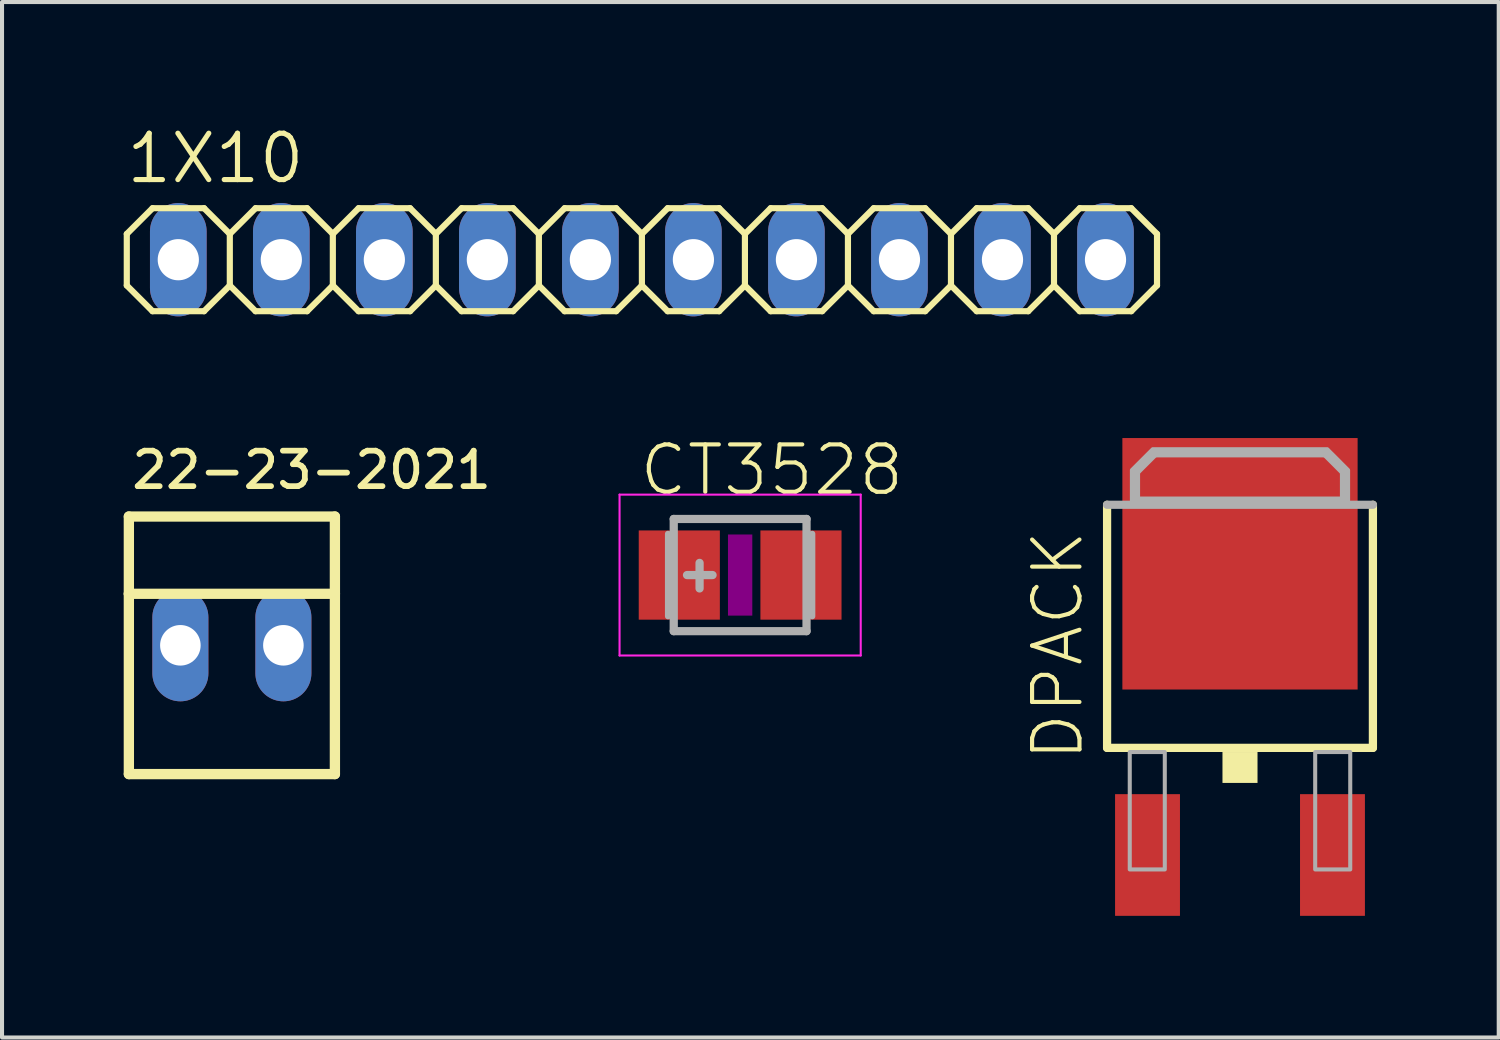
<source format=kicad_pcb>
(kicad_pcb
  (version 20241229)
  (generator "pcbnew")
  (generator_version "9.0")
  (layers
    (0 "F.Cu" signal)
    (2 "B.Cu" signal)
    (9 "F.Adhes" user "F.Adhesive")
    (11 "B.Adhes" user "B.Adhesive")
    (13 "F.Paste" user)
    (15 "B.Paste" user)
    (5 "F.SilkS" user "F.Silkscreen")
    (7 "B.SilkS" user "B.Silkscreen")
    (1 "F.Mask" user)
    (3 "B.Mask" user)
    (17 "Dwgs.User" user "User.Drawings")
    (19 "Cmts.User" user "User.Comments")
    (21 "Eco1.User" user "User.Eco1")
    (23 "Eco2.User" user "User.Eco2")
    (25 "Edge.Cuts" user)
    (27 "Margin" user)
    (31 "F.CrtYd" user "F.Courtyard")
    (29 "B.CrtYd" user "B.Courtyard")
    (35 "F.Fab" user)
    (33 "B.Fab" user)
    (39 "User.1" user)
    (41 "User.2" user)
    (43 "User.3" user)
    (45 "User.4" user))
  (footprint "DPACK"
    (layer "F.Cu")
    (at 27.522 13.23)
    (property "Reference" "DPACK" (at -3.81 2.54 90) (layer "F.SilkS") (effects (font (size 1.168 1.168) (thickness 0.102)) (justify left bottom)))
    (fp_line (start -3.277 2.159) (end -3.277 -3.835) (stroke (width 0.203) (type solid)) (layer "F.SilkS"))
    (fp_line (start 3.277 -3.835) (end 3.277 2.159) (stroke (width 0.203) (type solid)) (layer "F.SilkS"))
    (fp_line (start 3.277 2.159) (end -3.277 2.159) (stroke (width 0.203) (type solid)) (layer "F.SilkS"))
    (fp_poly (pts (xy -0.432 3.023) (xy 0.432 3.023) (xy 0.432 2.261) (xy -0.432 2.261)) (stroke (width 0) (type default)) (fill yes) (layer "F.SilkS"))
    (fp_line (start -3.277 -3.835) (end 3.277 -3.835) (stroke (width 0.203) (type solid)) (layer "F.Fab"))
    (fp_line (start -2.565 -4.648) (end -2.108 -5.105) (stroke (width 0.203) (type solid)) (layer "F.Fab"))
    (fp_line (start -2.565 -3.937) (end -2.565 -4.648) (stroke (width 0.203) (type solid)) (layer "F.Fab"))
    (fp_line (start -2.108 -5.105) (end 2.108 -5.105) (stroke (width 0.203) (type solid)) (layer "F.Fab"))
    (fp_line (start 2.108 -5.105) (end 2.565 -4.648) (stroke (width 0.203) (type solid)) (layer "F.Fab"))
    (fp_line (start 2.565 -4.648) (end 2.565 -3.937) (stroke (width 0.203) (type solid)) (layer "F.Fab"))
    (fp_line (start 2.565 -3.937) (end -2.565 -3.937) (stroke (width 0.203) (type solid)) (layer "F.Fab"))
    (fp_poly (pts (xy -2.718 5.156) (xy -1.854 5.156) (xy -1.854 2.261) (xy -2.718 2.261)) (stroke (width 0.1) (type default)) (fill no) (layer "F.Fab"))
    (fp_poly (pts (xy 1.854 5.156) (xy 2.718 5.156) (xy 2.718 2.261) (xy 1.854 2.261)) (stroke (width 0.1) (type default)) (fill no) (layer "F.Fab"))
    (fp_poly (pts (xy 2.665 -4.69) (xy 2.665 -3.837) (xy -2.665 -3.837) (xy -2.665 -4.69) (xy -2.15 -5.205) (xy 2.15 -5.205)) (stroke (width 0.1) (type default)) (fill no) (layer "F.Fab"))
    (pad "1" smd rect (at -2.28 4.8) (size 1.6 3) (layers "F.Cu" "F.Mask" "F.Paste"))
    (pad "3" smd rect (at 2.28 4.8) (size 1.6 3) (layers "F.Cu" "F.Mask" "F.Paste"))
    (pad "4" smd rect (at 0 -2.38) (size 5.8 6.2) (layers "F.Cu" "F.Mask" "F.Paste")))
  (footprint "CT3528"
    (layer "F.Cu")
    (at 15.198 11.128)
    (property "Reference" "CT3528" (at -2.54 -1.905 0) (layer "F.SilkS") (effects (font (size 1.168 1.168) (thickness 0.102)) (justify left bottom)))
    (fp_poly (pts (xy -0.3 1) (xy 0.3 1) (xy 0.3 -1) (xy -0.3 -1)) (stroke (width 0) (type default)) (fill yes) (layer "F.Adhes"))
    (fp_line (start -2.973 -1.983) (end 2.973 -1.983) (stroke (width 0.051) (type solid)) (layer "F.CrtYd"))
    (fp_line (start -2.973 1.983) (end -2.973 -1.983) (stroke (width 0.051) (type solid)) (layer "F.CrtYd"))
    (fp_line (start 2.973 -1.983) (end 2.973 1.983) (stroke (width 0.051) (type solid)) (layer "F.CrtYd"))
    (fp_line (start 2.973 1.983) (end -2.973 1.983) (stroke (width 0.051) (type solid)) (layer "F.CrtYd"))
    (fp_line (start -1.778 -1.016) (end -1.778 1.016) (stroke (width 0.152) (type solid)) (layer "F.Fab"))
    (fp_line (start -1.637 1.383) (end -1.637 -1.383) (stroke (width 0.203) (type solid)) (layer "F.Fab"))
    (fp_line (start -1 -0.3) (end -1 0.33) (stroke (width 0.203) (type solid)) (layer "F.Fab"))
    (fp_line (start -0.68 0) (end -1.31 0) (stroke (width 0.203) (type solid)) (layer "F.Fab"))
    (fp_line (start 1.637 -1.383) (end -1.637 -1.383) (stroke (width 0.203) (type solid)) (layer "F.Fab"))
    (fp_line (start 1.637 1.383) (end -1.637 1.383) (stroke (width 0.203) (type solid)) (layer "F.Fab"))
    (fp_line (start 1.637 1.383) (end 1.637 -1.383) (stroke (width 0.203) (type solid)) (layer "F.Fab"))
    (fp_line (start 1.778 -1.016) (end 1.778 1.016) (stroke (width 0.152) (type solid)) (layer "F.Fab"))
    (pad "+" smd rect (at -1.5 0) (size 2 2.2) (layers "F.Cu" "F.Mask" "F.Paste"))
    (pad "-" smd rect (at 1.5 0) (size 2 2.2) (layers "F.Cu" "F.Mask" "F.Paste")))
  (footprint "22-23-2021"
    (layer "F.Cu")
    (at 2.667 12.86)
    (property "Reference" "22-23-2021" (at -2.54 -3.81 0) (layer "F.SilkS") (effects (font (size 0.874 0.874) (thickness 0.142)) (justify left bottom)))
    (fp_line (start -2.54 -3.175) (end 2.54 -3.175) (stroke (width 0.254) (type solid)) (layer "F.SilkS"))
    (fp_line (start -2.54 -1.27) (end -2.54 -3.175) (stroke (width 0.254) (type solid)) (layer "F.SilkS"))
    (fp_line (start -2.54 -1.27) (end 2.54 -1.27) (stroke (width 0.254) (type solid)) (layer "F.SilkS"))
    (fp_line (start -2.54 3.175) (end -2.54 -1.27) (stroke (width 0.254) (type solid)) (layer "F.SilkS"))
    (fp_line (start 2.54 -3.175) (end 2.54 -1.27) (stroke (width 0.254) (type solid)) (layer "F.SilkS"))
    (fp_line (start 2.54 -1.27) (end 2.54 3.175) (stroke (width 0.254) (type solid)) (layer "F.SilkS"))
    (fp_line (start 2.54 3.175) (end -2.54 3.175) (stroke (width 0.254) (type solid)) (layer "F.SilkS"))
    (pad "1" thru_hole oval (at -1.27 0 90) (size 2.762 1.381) (drill 1) (layers "*.Cu" "*.Mask"))
    (pad "2" thru_hole oval (at 1.27 0 90) (size 2.762 1.381) (drill 1) (layers "*.Cu" "*.Mask")))
  (footprint "1X10"
    (layer "F.Cu")
    (at 12.776 3.353)
    (property "Reference" "1X10" (at -12.776 -1.829 0) (layer "F.SilkS") (effects (font (size 1.143 1.143) (thickness 0.127)) (justify left bottom)))
    (fp_line (start -12.7 -0.635) (end -12.7 0.635) (stroke (width 0.152) (type solid)) (layer "F.SilkS"))
    (fp_line (start -12.7 0.635) (end -12.065 1.27) (stroke (width 0.152) (type solid)) (layer "F.SilkS"))
    (fp_line (start -12.065 -1.27) (end -12.7 -0.635) (stroke (width 0.152) (type solid)) (layer "F.SilkS"))
    (fp_line (start -12.065 -1.27) (end -10.795 -1.27) (stroke (width 0.152) (type solid)) (layer "F.SilkS"))
    (fp_line (start -10.795 -1.27) (end -10.16 -0.635) (stroke (width 0.152) (type solid)) (layer "F.SilkS"))
    (fp_line (start -10.795 1.27) (end -12.065 1.27) (stroke (width 0.152) (type solid)) (layer "F.SilkS"))
    (fp_line (start -10.16 -0.635) (end -10.16 0.635) (stroke (width 0.152) (type solid)) (layer "F.SilkS"))
    (fp_line (start -10.16 -0.635) (end -9.525 -1.27) (stroke (width 0.152) (type solid)) (layer "F.SilkS"))
    (fp_line (start -10.16 0.635) (end -10.795 1.27) (stroke (width 0.152) (type solid)) (layer "F.SilkS"))
    (fp_line (start -9.525 -1.27) (end -8.255 -1.27) (stroke (width 0.152) (type solid)) (layer "F.SilkS"))
    (fp_line (start -9.525 1.27) (end -10.16 0.635) (stroke (width 0.152) (type solid)) (layer "F.SilkS"))
    (fp_line (start -8.255 -1.27) (end -7.62 -0.635) (stroke (width 0.152) (type solid)) (layer "F.SilkS"))
    (fp_line (start -8.255 1.27) (end -9.525 1.27) (stroke (width 0.152) (type solid)) (layer "F.SilkS"))
    (fp_line (start -7.62 -0.635) (end -7.62 0.635) (stroke (width 0.152) (type solid)) (layer "F.SilkS"))
    (fp_line (start -7.62 -0.635) (end -6.985 -1.27) (stroke (width 0.152) (type solid)) (layer "F.SilkS"))
    (fp_line (start -7.62 0.635) (end -8.255 1.27) (stroke (width 0.152) (type solid)) (layer "F.SilkS"))
    (fp_line (start -6.985 -1.27) (end -5.715 -1.27) (stroke (width 0.152) (type solid)) (layer "F.SilkS"))
    (fp_line (start -6.985 1.27) (end -7.62 0.635) (stroke (width 0.152) (type solid)) (layer "F.SilkS"))
    (fp_line (start -5.715 -1.27) (end -5.08 -0.635) (stroke (width 0.152) (type solid)) (layer "F.SilkS"))
    (fp_line (start -5.715 1.27) (end -6.985 1.27) (stroke (width 0.152) (type solid)) (layer "F.SilkS"))
    (fp_line (start -5.08 -0.635) (end -5.08 0.635) (stroke (width 0.152) (type solid)) (layer "F.SilkS"))
    (fp_line (start -5.08 0.635) (end -5.715 1.27) (stroke (width 0.152) (type solid)) (layer "F.SilkS"))
    (fp_line (start -5.08 0.635) (end -4.445 1.27) (stroke (width 0.152) (type solid)) (layer "F.SilkS"))
    (fp_line (start -4.445 -1.27) (end -5.08 -0.635) (stroke (width 0.152) (type solid)) (layer "F.SilkS"))
    (fp_line (start -4.445 -1.27) (end -3.175 -1.27) (stroke (width 0.152) (type solid)) (layer "F.SilkS"))
    (fp_line (start -3.175 -1.27) (end -2.54 -0.635) (stroke (width 0.152) (type solid)) (layer "F.SilkS"))
    (fp_line (start -3.175 1.27) (end -4.445 1.27) (stroke (width 0.152) (type solid)) (layer "F.SilkS"))
    (fp_line (start -2.54 -0.635) (end -2.54 0.635) (stroke (width 0.152) (type solid)) (layer "F.SilkS"))
    (fp_line (start -2.54 -0.635) (end -1.905 -1.27) (stroke (width 0.152) (type solid)) (layer "F.SilkS"))
    (fp_line (start -2.54 0.635) (end -3.175 1.27) (stroke (width 0.152) (type solid)) (layer "F.SilkS"))
    (fp_line (start -1.905 -1.27) (end -0.635 -1.27) (stroke (width 0.152) (type solid)) (layer "F.SilkS"))
    (fp_line (start -1.905 1.27) (end -2.54 0.635) (stroke (width 0.152) (type solid)) (layer "F.SilkS"))
    (fp_line (start -0.635 -1.27) (end 0 -0.635) (stroke (width 0.152) (type solid)) (layer "F.SilkS"))
    (fp_line (start -0.635 1.27) (end -1.905 1.27) (stroke (width 0.152) (type solid)) (layer "F.SilkS"))
    (fp_line (start 0 -0.635) (end 0 0.635) (stroke (width 0.152) (type solid)) (layer "F.SilkS"))
    (fp_line (start 0 -0.635) (end 0.635 -1.27) (stroke (width 0.152) (type solid)) (layer "F.SilkS"))
    (fp_line (start 0 0.635) (end -0.635 1.27) (stroke (width 0.152) (type solid)) (layer "F.SilkS"))
    (fp_line (start 0.635 -1.27) (end 1.905 -1.27) (stroke (width 0.152) (type solid)) (layer "F.SilkS"))
    (fp_line (start 0.635 1.27) (end 0 0.635) (stroke (width 0.152) (type solid)) (layer "F.SilkS"))
    (fp_line (start 1.905 -1.27) (end 2.54 -0.635) (stroke (width 0.152) (type solid)) (layer "F.SilkS"))
    (fp_line (start 1.905 1.27) (end 0.635 1.27) (stroke (width 0.152) (type solid)) (layer "F.SilkS"))
    (fp_line (start 2.54 -0.635) (end 2.54 0.635) (stroke (width 0.152) (type solid)) (layer "F.SilkS"))
    (fp_line (start 2.54 0.635) (end 1.905 1.27) (stroke (width 0.152) (type solid)) (layer "F.SilkS"))
    (fp_line (start 2.54 0.635) (end 3.175 1.27) (stroke (width 0.152) (type solid)) (layer "F.SilkS"))
    (fp_line (start 3.175 -1.27) (end 2.54 -0.635) (stroke (width 0.152) (type solid)) (layer "F.SilkS"))
    (fp_line (start 3.175 -1.27) (end 4.445 -1.27) (stroke (width 0.152) (type solid)) (layer "F.SilkS"))
    (fp_line (start 4.445 -1.27) (end 5.08 -0.635) (stroke (width 0.152) (type solid)) (layer "F.SilkS"))
    (fp_line (start 4.445 1.27) (end 3.175 1.27) (stroke (width 0.152) (type solid)) (layer "F.SilkS"))
    (fp_line (start 5.08 -0.635) (end 5.08 0.635) (stroke (width 0.152) (type solid)) (layer "F.SilkS"))
    (fp_line (start 5.08 -0.635) (end 5.715 -1.27) (stroke (width 0.152) (type solid)) (layer "F.SilkS"))
    (fp_line (start 5.08 0.635) (end 4.445 1.27) (stroke (width 0.152) (type solid)) (layer "F.SilkS"))
    (fp_line (start 5.715 -1.27) (end 6.985 -1.27) (stroke (width 0.152) (type solid)) (layer "F.SilkS"))
    (fp_line (start 5.715 1.27) (end 5.08 0.635) (stroke (width 0.152) (type solid)) (layer "F.SilkS"))
    (fp_line (start 6.985 -1.27) (end 7.62 -0.635) (stroke (width 0.152) (type solid)) (layer "F.SilkS"))
    (fp_line (start 6.985 1.27) (end 5.715 1.27) (stroke (width 0.152) (type solid)) (layer "F.SilkS"))
    (fp_line (start 7.62 -0.635) (end 7.62 0.635) (stroke (width 0.152) (type solid)) (layer "F.SilkS"))
    (fp_line (start 7.62 -0.635) (end 8.255 -1.27) (stroke (width 0.152) (type solid)) (layer "F.SilkS"))
    (fp_line (start 7.62 0.635) (end 6.985 1.27) (stroke (width 0.152) (type solid)) (layer "F.SilkS"))
    (fp_line (start 8.255 -1.27) (end 9.525 -1.27) (stroke (width 0.152) (type solid)) (layer "F.SilkS"))
    (fp_line (start 8.255 1.27) (end 7.62 0.635) (stroke (width 0.152) (type solid)) (layer "F.SilkS"))
    (fp_line (start 9.525 -1.27) (end 10.16 -0.635) (stroke (width 0.152) (type solid)) (layer "F.SilkS"))
    (fp_line (start 9.525 1.27) (end 8.255 1.27) (stroke (width 0.152) (type solid)) (layer "F.SilkS"))
    (fp_line (start 10.16 -0.635) (end 10.16 0.635) (stroke (width 0.152) (type solid)) (layer "F.SilkS"))
    (fp_line (start 10.16 0.635) (end 9.525 1.27) (stroke (width 0.152) (type solid)) (layer "F.SilkS"))
    (fp_line (start 10.16 0.635) (end 10.795 1.27) (stroke (width 0.152) (type solid)) (layer "F.SilkS"))
    (fp_line (start 10.795 -1.27) (end 10.16 -0.635) (stroke (width 0.152) (type solid)) (layer "F.SilkS"))
    (fp_line (start 10.795 -1.27) (end 12.065 -1.27) (stroke (width 0.152) (type solid)) (layer "F.SilkS"))
    (fp_line (start 12.065 -1.27) (end 12.7 -0.635) (stroke (width 0.152) (type solid)) (layer "F.SilkS"))
    (fp_line (start 12.065 1.27) (end 10.795 1.27) (stroke (width 0.152) (type solid)) (layer "F.SilkS"))
    (fp_line (start 12.7 -0.635) (end 12.7 0.635) (stroke (width 0.152) (type solid)) (layer "F.SilkS"))
    (fp_line (start 12.7 0.635) (end 12.065 1.27) (stroke (width 0.152) (type solid)) (layer "F.SilkS"))
    (fp_poly (pts (xy -11.684 0.254) (xy -11.176 0.254) (xy -11.176 -0.254) (xy -11.684 -0.254)) (stroke (width 0.1) (type default)) (fill no) (layer "F.Fab"))
    (fp_poly (pts (xy -9.144 0.254) (xy -8.636 0.254) (xy -8.636 -0.254) (xy -9.144 -0.254)) (stroke (width 0.1) (type default)) (fill no) (layer "F.Fab"))
    (fp_poly (pts (xy -6.604 0.254) (xy -6.096 0.254) (xy -6.096 -0.254) (xy -6.604 -0.254)) (stroke (width 0.1) (type default)) (fill no) (layer "F.Fab"))
    (fp_poly (pts (xy -4.064 0.254) (xy -3.556 0.254) (xy -3.556 -0.254) (xy -4.064 -0.254)) (stroke (width 0.1) (type default)) (fill no) (layer "F.Fab"))
    (fp_poly (pts (xy -1.524 0.254) (xy -1.016 0.254) (xy -1.016 -0.254) (xy -1.524 -0.254)) (stroke (width 0.1) (type default)) (fill no) (layer "F.Fab"))
    (fp_poly (pts (xy 1.016 0.254) (xy 1.524 0.254) (xy 1.524 -0.254) (xy 1.016 -0.254)) (stroke (width 0.1) (type default)) (fill no) (layer "F.Fab"))
    (fp_poly (pts (xy 3.556 0.254) (xy 4.064 0.254) (xy 4.064 -0.254) (xy 3.556 -0.254)) (stroke (width 0.1) (type default)) (fill no) (layer "F.Fab"))
    (fp_poly (pts (xy 6.096 0.254) (xy 6.604 0.254) (xy 6.604 -0.254) (xy 6.096 -0.254)) (stroke (width 0.1) (type default)) (fill no) (layer "F.Fab"))
    (fp_poly (pts (xy 8.636 0.254) (xy 9.144 0.254) (xy 9.144 -0.254) (xy 8.636 -0.254)) (stroke (width 0.1) (type default)) (fill no) (layer "F.Fab"))
    (fp_poly (pts (xy 11.176 0.254) (xy 11.684 0.254) (xy 11.684 -0.254) (xy 11.176 -0.254)) (stroke (width 0.1) (type default)) (fill no) (layer "F.Fab"))
    (pad "1" thru_hole oval (at -11.43 0 90) (size 2.794 1.397) (drill 1.016) (layers "*.Cu" "*.Mask"))
    (pad "2" thru_hole oval (at -8.89 0 90) (size 2.794 1.397) (drill 1.016) (layers "*.Cu" "*.Mask"))
    (pad "3" thru_hole oval (at -6.35 0 90) (size 2.794 1.397) (drill 1.016) (layers "*.Cu" "*.Mask"))
    (pad "4" thru_hole oval (at -3.81 0 90) (size 2.794 1.397) (drill 1.016) (layers "*.Cu" "*.Mask"))
    (pad "5" thru_hole oval (at -1.27 0 90) (size 2.794 1.397) (drill 1.016) (layers "*.Cu" "*.Mask"))
    (pad "6" thru_hole oval (at 1.27 0 90) (size 2.794 1.397) (drill 1.016) (layers "*.Cu" "*.Mask"))
    (pad "7" thru_hole oval (at 3.81 0 90) (size 2.794 1.397) (drill 1.016) (layers "*.Cu" "*.Mask"))
    (pad "8" thru_hole oval (at 6.35 0 90) (size 2.794 1.397) (drill 1.016) (layers "*.Cu" "*.Mask"))
    (pad "9" thru_hole oval (at 8.89 0 90) (size 2.794 1.397) (drill 1.016) (layers "*.Cu" "*.Mask"))
    (pad "10" thru_hole oval (at 11.43 0 90) (size 2.794 1.397) (drill 1.016) (layers "*.Cu" "*.Mask")))
  (gr_rect
    (start -3 -3)
    (end 33.901 22.53)
    (stroke (width 0.1) (type default))
    (fill no)
    (layer "Edge.Cuts")))
</source>
